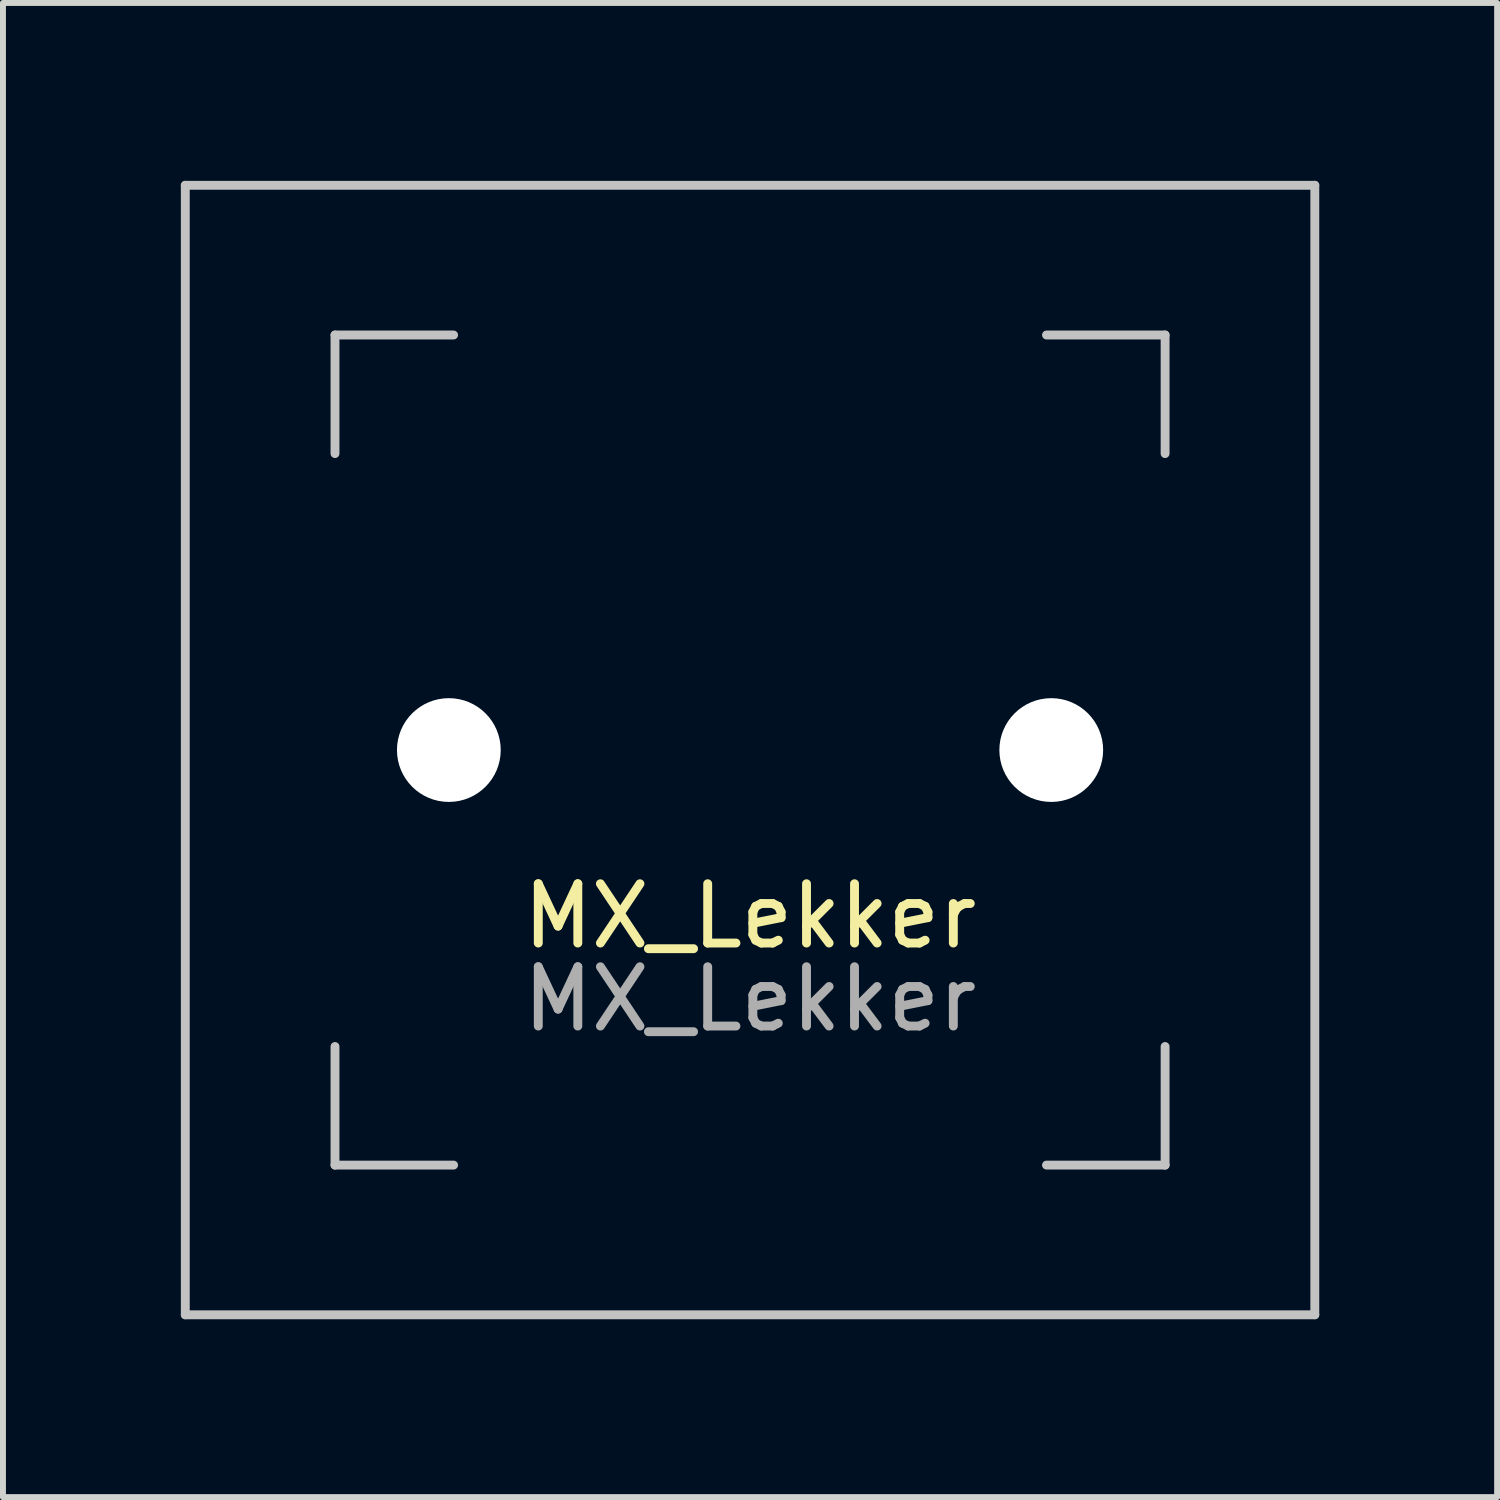
<source format=kicad_pcb>
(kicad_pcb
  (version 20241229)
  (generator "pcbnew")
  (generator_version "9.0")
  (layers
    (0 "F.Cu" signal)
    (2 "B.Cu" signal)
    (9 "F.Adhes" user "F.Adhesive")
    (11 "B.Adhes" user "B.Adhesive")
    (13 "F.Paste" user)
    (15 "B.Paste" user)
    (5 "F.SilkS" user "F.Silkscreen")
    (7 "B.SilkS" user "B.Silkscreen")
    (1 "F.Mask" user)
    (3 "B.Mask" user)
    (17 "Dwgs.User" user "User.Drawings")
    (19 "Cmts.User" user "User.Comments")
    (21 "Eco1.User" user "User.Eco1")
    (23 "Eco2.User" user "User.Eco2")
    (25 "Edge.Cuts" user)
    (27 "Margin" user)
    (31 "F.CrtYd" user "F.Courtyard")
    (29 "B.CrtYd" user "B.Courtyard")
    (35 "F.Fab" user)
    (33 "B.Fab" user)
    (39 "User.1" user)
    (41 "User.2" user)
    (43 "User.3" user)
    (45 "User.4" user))
  (footprint "MX_Lekker"
    (layer "F.Cu")
    (at 9.6 9.6)
    (property "Reference" "MX_Lekker" (at 0 2.8 0) (unlocked yes) (layer "F.SilkS") (effects (font (size 1 1) (thickness 0.15))))
    (fp_line (start -9.525 -9.525) (end 9.525 -9.525) (stroke (width 0.15) (type solid)) (layer "Dwgs.User"))
    (fp_line (start -9.525 9.525) (end -9.525 -9.525) (stroke (width 0.15) (type solid)) (layer "Dwgs.User"))
    (fp_line (start -7 -7) (end -7 -5) (stroke (width 0.15) (type solid)) (layer "Dwgs.User"))
    (fp_line (start -7 5) (end -7 7) (stroke (width 0.15) (type solid)) (layer "Dwgs.User"))
    (fp_line (start -7 7) (end -5 7) (stroke (width 0.15) (type solid)) (layer "Dwgs.User"))
    (fp_line (start -5 -7) (end -7 -7) (stroke (width 0.15) (type solid)) (layer "Dwgs.User"))
    (fp_line (start 5 -7) (end 7 -7) (stroke (width 0.15) (type solid)) (layer "Dwgs.User"))
    (fp_line (start 5 7) (end 7 7) (stroke (width 0.15) (type solid)) (layer "Dwgs.User"))
    (fp_line (start 7 -7) (end 7 -5) (stroke (width 0.15) (type solid)) (layer "Dwgs.User"))
    (fp_line (start 7 7) (end 7 5) (stroke (width 0.15) (type solid)) (layer "Dwgs.User"))
    (fp_line (start 9.525 -9.525) (end 9.525 9.525) (stroke (width 0.15) (type solid)) (layer "Dwgs.User"))
    (fp_line (start 9.525 9.525) (end -9.525 9.525) (stroke (width 0.15) (type solid)) (layer "Dwgs.User"))
    (fp_text user "${REFERENCE}" (at 0 4.2 0) (unlocked yes) (layer "F.Fab") (effects (font (size 1 1) (thickness 0.15))))
    (pad "" np_thru_hole circle (at -5.08 0 48.1) (size 1.75 1.75) (drill 1.75) (layers "*.Cu" "*.Mask"))
    (pad "" np_thru_hole circle (at 5.08 0 48.1) (size 1.75 1.75) (drill 1.75) (layers "*.Cu" "*.Mask")))
  (gr_rect
    (start -3 -3)
    (end 22.2 22.2)
    (stroke (width 0.1) (type default))
    (fill no)
    (layer "Edge.Cuts")))
</source>
